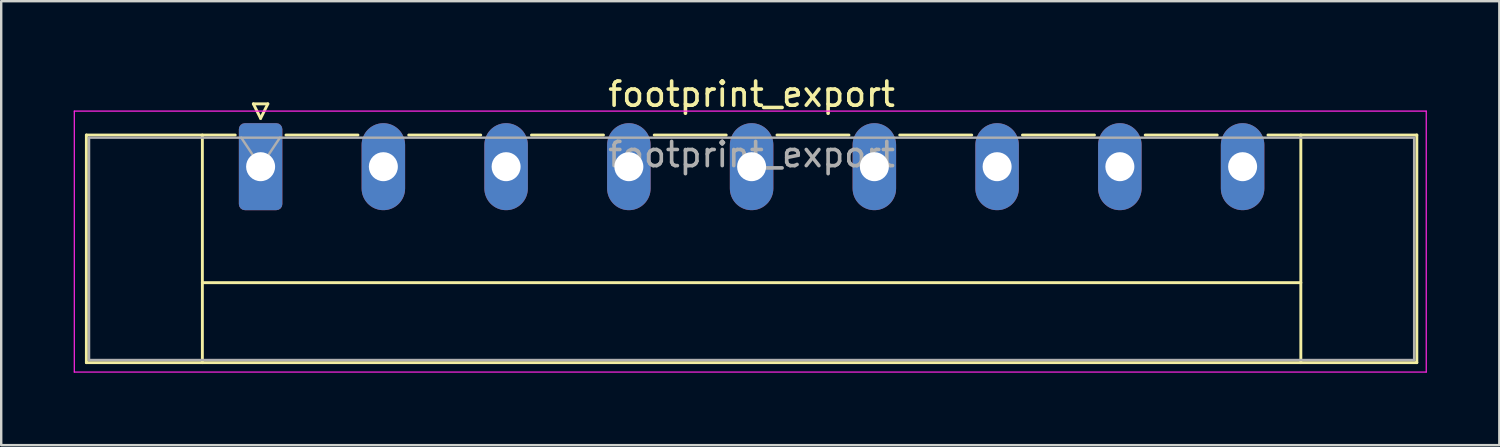
<source format=kicad_pcb>
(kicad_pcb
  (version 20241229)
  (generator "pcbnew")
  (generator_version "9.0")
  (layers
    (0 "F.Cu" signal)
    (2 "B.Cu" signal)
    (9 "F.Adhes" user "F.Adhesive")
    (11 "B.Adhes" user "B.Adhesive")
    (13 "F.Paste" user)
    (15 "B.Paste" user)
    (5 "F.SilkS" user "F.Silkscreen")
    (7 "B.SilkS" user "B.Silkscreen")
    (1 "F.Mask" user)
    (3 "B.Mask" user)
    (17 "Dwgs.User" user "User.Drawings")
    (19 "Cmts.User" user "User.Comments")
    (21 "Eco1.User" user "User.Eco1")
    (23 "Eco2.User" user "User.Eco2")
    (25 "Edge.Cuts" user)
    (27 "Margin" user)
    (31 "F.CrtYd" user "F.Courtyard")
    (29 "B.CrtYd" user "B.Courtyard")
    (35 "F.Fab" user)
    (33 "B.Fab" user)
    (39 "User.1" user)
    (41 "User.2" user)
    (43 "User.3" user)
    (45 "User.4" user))
  (footprint "footprint_export"
    (layer "F.Cu")
    (at 7.735 3.848)
    (property "Reference" "footprint_export" (at 20.32 -3 0) (layer "F.SilkS") (effects (font (size 1 1) (thickness 0.15))))
    (attr through_hole)
    (fp_line (start -7.21 -1.31) (end -7.21 8.11) (stroke (width 0.12) (type solid)) (layer "F.SilkS"))
    (fp_line (start -7.21 -1.31) (end -1.05 -1.31) (stroke (width 0.12) (type solid)) (layer "F.SilkS"))
    (fp_line (start -7.21 8.11) (end 47.85 8.11) (stroke (width 0.12) (type solid)) (layer "F.SilkS"))
    (fp_line (start -2.41 -1.31) (end -2.41 8.11) (stroke (width 0.12) (type solid)) (layer "F.SilkS"))
    (fp_line (start -2.41 4.8) (end 43.05 4.8) (stroke (width 0.12) (type solid)) (layer "F.SilkS"))
    (fp_line (start -0.3 -2.6) (end 0.3 -2.6) (stroke (width 0.12) (type solid)) (layer "F.SilkS"))
    (fp_line (start 0 -2) (end -0.3 -2.6) (stroke (width 0.12) (type solid)) (layer "F.SilkS"))
    (fp_line (start 0.3 -2.6) (end 0 -2) (stroke (width 0.12) (type solid)) (layer "F.SilkS"))
    (fp_line (start 1.05 -1.31) (end 4.03 -1.31) (stroke (width 0.12) (type solid)) (layer "F.SilkS"))
    (fp_line (start 6.13 -1.31) (end 9.11 -1.31) (stroke (width 0.12) (type solid)) (layer "F.SilkS"))
    (fp_line (start 11.21 -1.31) (end 14.19 -1.31) (stroke (width 0.12) (type solid)) (layer "F.SilkS"))
    (fp_line (start 16.29 -1.31) (end 19.27 -1.31) (stroke (width 0.12) (type solid)) (layer "F.SilkS"))
    (fp_line (start 21.37 -1.31) (end 24.35 -1.31) (stroke (width 0.12) (type solid)) (layer "F.SilkS"))
    (fp_line (start 26.45 -1.31) (end 29.43 -1.31) (stroke (width 0.12) (type solid)) (layer "F.SilkS"))
    (fp_line (start 31.53 -1.31) (end 34.51 -1.31) (stroke (width 0.12) (type solid)) (layer "F.SilkS"))
    (fp_line (start 36.61 -1.31) (end 39.59 -1.31) (stroke (width 0.12) (type solid)) (layer "F.SilkS"))
    (fp_line (start 43.05 -1.31) (end 43.05 8.11) (stroke (width 0.12) (type solid)) (layer "F.SilkS"))
    (fp_line (start 47.85 -1.31) (end 41.69 -1.31) (stroke (width 0.12) (type solid)) (layer "F.SilkS"))
    (fp_line (start 47.85 8.11) (end 47.85 -1.31) (stroke (width 0.12) (type solid)) (layer "F.SilkS"))
    (fp_line (start -7.71 -2.3) (end -7.71 8.5) (stroke (width 0.05) (type solid)) (layer "F.CrtYd"))
    (fp_line (start -7.71 8.5) (end 48.24 8.5) (stroke (width 0.05) (type solid)) (layer "F.CrtYd"))
    (fp_line (start 48.24 -2.3) (end -7.71 -2.3) (stroke (width 0.05) (type solid)) (layer "F.CrtYd"))
    (fp_line (start 48.24 8.5) (end 48.24 -2.3) (stroke (width 0.05) (type solid)) (layer "F.CrtYd"))
    (fp_line (start -7.1 -1.2) (end -7.1 8) (stroke (width 0.1) (type solid)) (layer "F.Fab"))
    (fp_line (start -7.1 8) (end 47.74 8) (stroke (width 0.1) (type solid)) (layer "F.Fab"))
    (fp_line (start 0 0) (end -0.8 -1.2) (stroke (width 0.1) (type solid)) (layer "F.Fab"))
    (fp_line (start 0.8 -1.2) (end 0 0) (stroke (width 0.1) (type solid)) (layer "F.Fab"))
    (fp_line (start 47.74 -1.2) (end -7.1 -1.2) (stroke (width 0.1) (type solid)) (layer "F.Fab"))
    (fp_line (start 47.74 8) (end 47.74 -1.2) (stroke (width 0.1) (type solid)) (layer "F.Fab"))
    (fp_text user "${REFERENCE}" (at 20.32 -0.5 0) (layer "F.Fab") (effects (font (size 1 1) (thickness 0.15))))
    (pad "1" thru_hole roundrect (at 0 0) (size 1.8 3.6) (drill 1.2) (layers "*.Cu" "*.Mask") (roundrect_rratio 0.139))
    (pad "2" thru_hole oval (at 5.08 0) (size 1.8 3.6) (drill 1.2) (layers "*.Cu" "*.Mask"))
    (pad "3" thru_hole oval (at 10.16 0) (size 1.8 3.6) (drill 1.2) (layers "*.Cu" "*.Mask"))
    (pad "4" thru_hole oval (at 15.24 0) (size 1.8 3.6) (drill 1.2) (layers "*.Cu" "*.Mask"))
    (pad "5" thru_hole oval (at 20.32 0) (size 1.8 3.6) (drill 1.2) (layers "*.Cu" "*.Mask"))
    (pad "6" thru_hole oval (at 25.4 0) (size 1.8 3.6) (drill 1.2) (layers "*.Cu" "*.Mask"))
    (pad "7" thru_hole oval (at 30.48 0) (size 1.8 3.6) (drill 1.2) (layers "*.Cu" "*.Mask"))
    (pad "8" thru_hole oval (at 35.56 0) (size 1.8 3.6) (drill 1.2) (layers "*.Cu" "*.Mask"))
    (pad "9" thru_hole oval (at 40.64 0) (size 1.8 3.6) (drill 1.2) (layers "*.Cu" "*.Mask")))
  (gr_rect
    (start -3 -3)
    (end 59 15.373)
    (stroke (width 0.1) (type default))
    (fill no)
    (layer "Edge.Cuts")))
</source>
